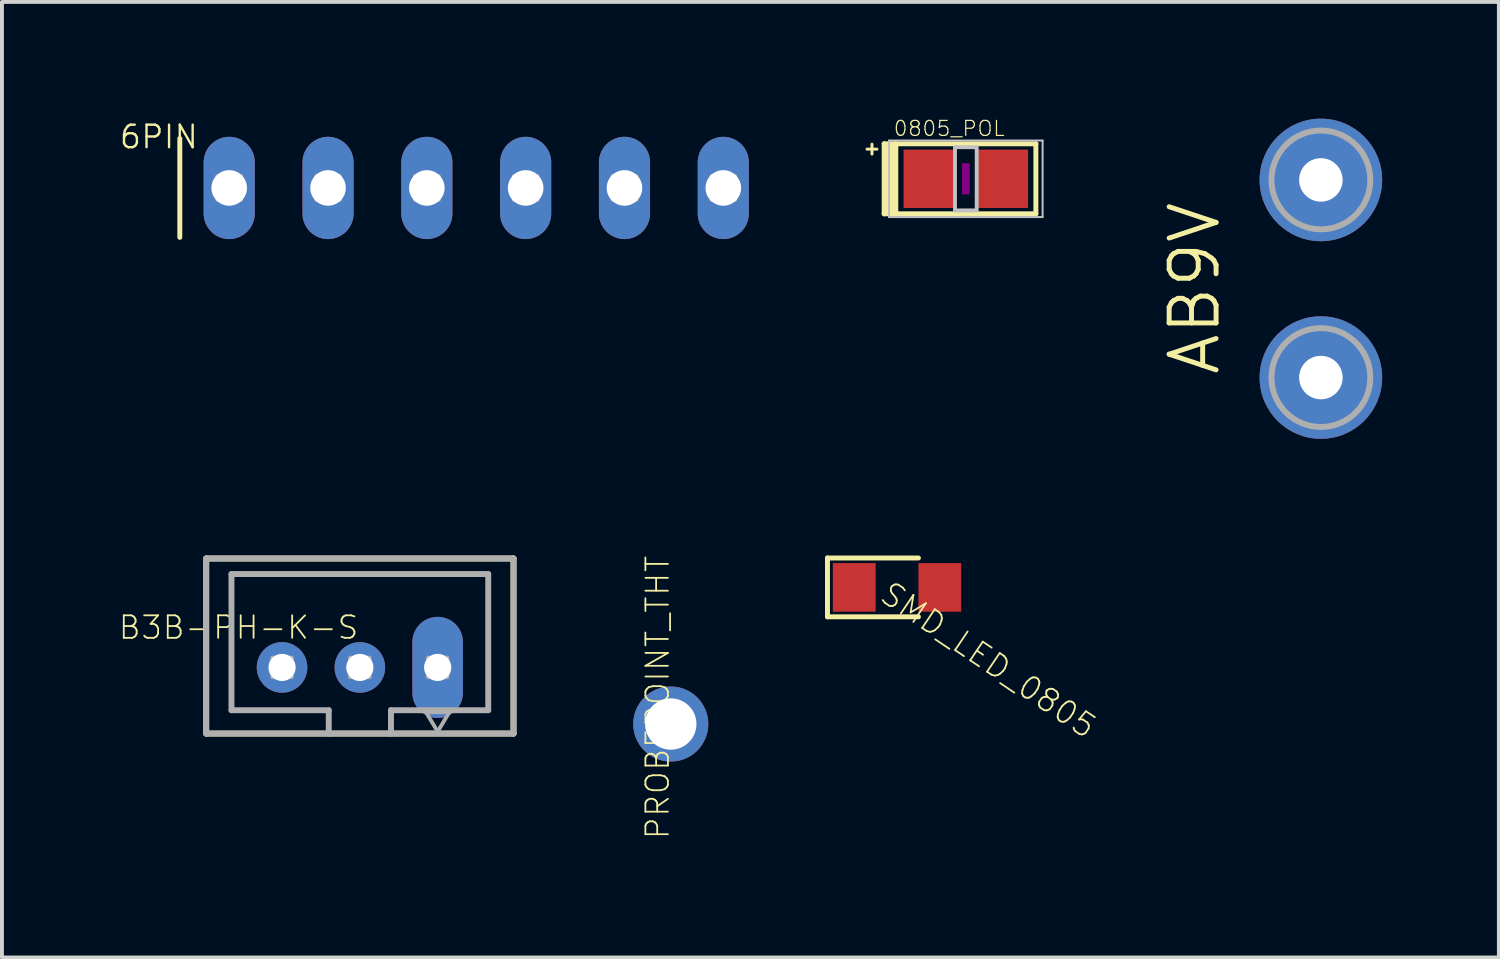
<source format=kicad_pcb>
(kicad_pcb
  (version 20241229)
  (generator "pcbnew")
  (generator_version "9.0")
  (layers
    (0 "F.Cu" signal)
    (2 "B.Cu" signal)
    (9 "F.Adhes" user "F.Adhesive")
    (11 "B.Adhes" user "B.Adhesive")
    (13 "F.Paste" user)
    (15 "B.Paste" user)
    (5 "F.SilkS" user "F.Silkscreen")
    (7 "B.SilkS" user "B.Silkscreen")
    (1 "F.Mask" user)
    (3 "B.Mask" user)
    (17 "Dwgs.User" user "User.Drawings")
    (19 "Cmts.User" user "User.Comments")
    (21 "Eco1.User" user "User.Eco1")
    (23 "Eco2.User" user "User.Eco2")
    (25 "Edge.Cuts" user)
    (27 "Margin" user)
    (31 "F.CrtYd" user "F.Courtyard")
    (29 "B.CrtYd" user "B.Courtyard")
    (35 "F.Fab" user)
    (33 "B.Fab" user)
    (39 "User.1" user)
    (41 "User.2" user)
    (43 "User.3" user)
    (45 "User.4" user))
  (footprint "AB9V"
    (layer "F.Cu")
    (at 30.903 4.115)
    (property "Reference" "AB9V" (at -2.54 2.54 90) (layer "F.SilkS") (effects (font (size 1.206 1.206) (thickness 0.127)) (justify left bottom)))
    (attr through_hole)
    (fp_circle (center 0 -2.54) (end 1.27 -2.54) (stroke (width 0.152) (type solid)) (fill no) (layer "F.Fab"))
    (fp_circle (center 0 2.54) (end 1.27 2.54) (stroke (width 0.152) (type solid)) (fill no) (layer "F.Fab"))
    (pad "+" thru_hole circle (at 0 -2.54) (size 3.15 3.15) (drill 1.118) (layers "*.Cu" "*.Mask"))
    (pad "-" thru_hole circle (at 0 2.54) (size 3.15 3.15) (drill 1.118) (layers "*.Cu" "*.Mask")))
  (footprint "SMD_LED_0805"
    (layer "F.Cu")
    (at 20.008 12.049)
    (property "Reference" "SMD_LED_0805" (at -0.54 0.33 146) (layer "F.SilkS") (effects (font (size 0.579 0.579) (thickness 0.046)) (justify left bottom)))
    (attr through_hole)
    (fp_line (start -1.788 -0.756) (end -1.788 0.756) (stroke (width 0.127) (type solid)) (layer "F.SilkS"))
    (fp_line (start -1.788 -0.756) (end 0.55 -0.756) (stroke (width 0.127) (type solid)) (layer "F.SilkS"))
    (fp_line (start -1.788 0.756) (end 0.55 0.756) (stroke (width 0.127) (type solid)) (layer "F.SilkS"))
    (pad "P$1" smd rect (at -1.1 0) (size 1.1 1.25) (layers "F.Cu" "F.Mask" "F.Paste"))
    (pad "P$2" smd rect (at 1.1 0) (size 1.1 1.25) (layers "F.Cu" "F.Mask" "F.Paste")))
  (footprint "0805_POL"
    (layer "F.Cu")
    (at 21.777 1.546)
    (property "Reference" "0805_POL" (at -1.88 -1.067 0) (layer "F.SilkS") (effects (font (size 0.386 0.386) (thickness 0.031)) (justify left bottom)))
    (attr through_hole)
    (fp_line (start -2.54 -0.762) (end -2.286 -0.762) (stroke (width 0.076) (type solid)) (layer "F.SilkS"))
    (fp_line (start -2.413 -0.889) (end -2.413 -0.635) (stroke (width 0.076) (type solid)) (layer "F.SilkS"))
    (fp_line (start -2.1 -0.9) (end -2.1 0.9) (stroke (width 0.127) (type solid)) (layer "F.SilkS"))
    (fp_line (start -2.1 0.9) (end -1.8 0.9) (stroke (width 0.127) (type solid)) (layer "F.SilkS"))
    (fp_line (start -1.8 -0.9) (end -2.1 -0.9) (stroke (width 0.127) (type solid)) (layer "F.SilkS"))
    (fp_line (start -1.8 -0.9) (end -1.8 0.9) (stroke (width 0.127) (type solid)) (layer "F.SilkS"))
    (fp_line (start -1.8 0.9) (end 1.8 0.9) (stroke (width 0.127) (type solid)) (layer "F.SilkS"))
    (fp_line (start 1.8 -0.9) (end -1.8 -0.9) (stroke (width 0.127) (type solid)) (layer "F.SilkS"))
    (fp_line (start 1.8 0.9) (end 1.8 -0.9) (stroke (width 0.127) (type solid)) (layer "F.SilkS"))
    (fp_poly (pts (xy -2.1 0.9) (xy -1.8 0.9) (xy -1.8 -0.9) (xy -2.1 -0.9)) (stroke (width 0) (type solid)) (fill yes) (layer "F.SilkS"))
    (fp_poly (pts (xy -0.1 0.4) (xy 0.1 0.4) (xy 0.1 -0.4) (xy -0.1 -0.4)) (stroke (width 0) (type solid)) (fill yes) (layer "F.Adhes"))
    (fp_line (start -1.973 -0.983) (end 1.973 -0.983) (stroke (width 0.051) (type solid)) (layer "Dwgs.User"))
    (fp_line (start -1.973 0.983) (end -1.973 -0.983) (stroke (width 0.051) (type solid)) (layer "Dwgs.User"))
    (fp_line (start 1.973 -0.983) (end 1.973 0.983) (stroke (width 0.051) (type solid)) (layer "Dwgs.User"))
    (fp_line (start 1.973 0.983) (end -1.973 0.983) (stroke (width 0.051) (type solid)) (layer "Dwgs.User"))
    (fp_poly (pts (xy -0.279 0.813) (xy 0.279 0.813) (xy 0.279 -0.813) (xy -0.279 -0.813)) (stroke (width 0.1) (type solid)) (fill no) (layer "Dwgs.User"))
    (pad "1" smd rect (at -0.95 0) (size 1.3 1.5) (layers "F.Cu" "F.Mask" "F.Paste"))
    (pad "2" smd rect (at 0.95 0) (size 1.3 1.5) (layers "F.Cu" "F.Mask" "F.Paste")))
  (footprint "6PIN"
    (layer "F.Cu")
    (at 5.382 1.781)
    (property "Reference" "6PIN" (at -3.302 -1.651 0) (layer "F.SilkS") (effects (font (size 0.579 0.579) (thickness 0.061)) (justify right top)))
    (attr through_hole)
    (fp_line (start -3.81 -1.27) (end -3.81 1.27) (stroke (width 0.127) (type solid)) (layer "F.SilkS"))
    (fp_poly (pts (xy -2.845 0.305) (xy -2.235 0.305) (xy -2.235 -0.305) (xy -2.845 -0.305)) (stroke (width 0.1) (type solid)) (fill no) (layer "F.Fab"))
    (fp_poly (pts (xy -0.305 0.305) (xy 0.305 0.305) (xy 0.305 -0.305) (xy -0.305 -0.305)) (stroke (width 0.1) (type solid)) (fill no) (layer "F.Fab"))
    (fp_poly (pts (xy 2.235 0.305) (xy 2.845 0.305) (xy 2.845 -0.305) (xy 2.235 -0.305)) (stroke (width 0.1) (type solid)) (fill no) (layer "F.Fab"))
    (fp_poly (pts (xy 4.775 0.305) (xy 5.385 0.305) (xy 5.385 -0.305) (xy 4.775 -0.305)) (stroke (width 0.1) (type solid)) (fill no) (layer "F.Fab"))
    (fp_poly (pts (xy 7.315 0.305) (xy 7.925 0.305) (xy 7.925 -0.305) (xy 7.315 -0.305)) (stroke (width 0.1) (type solid)) (fill no) (layer "F.Fab"))
    (fp_poly (pts (xy 9.855 0.305) (xy 10.465 0.305) (xy 10.465 -0.305) (xy 9.855 -0.305)) (stroke (width 0.1) (type solid)) (fill no) (layer "F.Fab"))
    (pad "1" thru_hole oval (at -2.54 0 90) (size 2.629 1.314) (drill 0.914) (layers "*.Cu" "*.Mask"))
    (pad "2" thru_hole oval (at 0 0 90) (size 2.629 1.314) (drill 0.914) (layers "*.Cu" "*.Mask"))
    (pad "3" thru_hole oval (at 2.54 0 90) (size 2.629 1.314) (drill 0.914) (layers "*.Cu" "*.Mask"))
    (pad "4" thru_hole oval (at 5.08 0 90) (size 2.629 1.314) (drill 0.914) (layers "*.Cu" "*.Mask"))
    (pad "5" thru_hole oval (at 7.62 0 90) (size 2.629 1.314) (drill 0.914) (layers "*.Cu" "*.Mask"))
    (pad "6" thru_hole oval (at 10.16 0 90) (size 2.629 1.314) (drill 0.914) (layers "*.Cu" "*.Mask")))
  (footprint "B3B-PH-K-S"
    (layer "F.Cu")
    (at 6.2 14.106)
    (property "Reference" "B3B-PH-K-S" (at 0 -1.365 0) (layer "F.SilkS") (effects (font (size 0.579 0.579) (thickness 0.046)) (justify right top)))
    (attr through_hole)
    (fp_line (start -3.95 -2.8) (end 3.95 -2.8) (stroke (width 0.152) (type solid)) (layer "F.SilkS"))
    (fp_line (start -3.95 1.7) (end -3.95 -2.8) (stroke (width 0.152) (type solid)) (layer "F.SilkS"))
    (fp_line (start 3.95 -2.8) (end 3.95 1.7) (stroke (width 0.152) (type solid)) (layer "F.SilkS"))
    (fp_line (start 3.95 1.7) (end -3.95 1.7) (stroke (width 0.152) (type solid)) (layer "F.SilkS"))
    (fp_line (start -3.95 -2.8) (end 3.95 -2.8) (stroke (width 0.152) (type solid)) (layer "F.Fab"))
    (fp_line (start -3.95 1.7) (end -3.95 -2.8) (stroke (width 0.152) (type solid)) (layer "F.Fab"))
    (fp_line (start -3.3 -2.4) (end -3.3 1.1) (stroke (width 0.152) (type solid)) (layer "F.Fab"))
    (fp_line (start -3.3 -2.4) (end 3.3 -2.4) (stroke (width 0.152) (type solid)) (layer "F.Fab"))
    (fp_line (start -3.3 1.1) (end -0.8 1.1) (stroke (width 0.152) (type solid)) (layer "F.Fab"))
    (fp_line (start -0.8 1.1) (end -0.8 1.7) (stroke (width 0.152) (type solid)) (layer "F.Fab"))
    (fp_line (start -0.8 1.7) (end -3.95 1.7) (stroke (width 0.152) (type solid)) (layer "F.Fab"))
    (fp_line (start 0.8 1.1) (end 0.8 1.7) (stroke (width 0.152) (type solid)) (layer "F.Fab"))
    (fp_line (start 0.8 1.1) (end 3.3 1.1) (stroke (width 0.152) (type solid)) (layer "F.Fab"))
    (fp_line (start 0.8 1.7) (end -0.8 1.7) (stroke (width 0.152) (type solid)) (layer "F.Fab"))
    (fp_line (start 3.3 -2.4) (end 3.3 1.1) (stroke (width 0.152) (type solid)) (layer "F.Fab"))
    (fp_line (start 3.95 -2.8) (end 3.95 1.7) (stroke (width 0.152) (type solid)) (layer "F.Fab"))
    (fp_line (start 3.95 1.7) (end 0.8 1.7) (stroke (width 0.152) (type solid)) (layer "F.Fab"))
    (fp_poly (pts (xy 2 1.65) (xy 1.7 1.15) (xy 2.3 1.15)) (stroke (width 0.1) (type solid)) (fill no) (layer "F.Fab"))
    (fp_poly (pts (xy -2.25 0.25) (xy -1.75 0.25) (xy -1.75 -0.25) (xy -2.25 -0.25)) (stroke (width 0.1) (type solid)) (fill no) (layer "F.Fab"))
    (fp_poly (pts (xy -0.25 0.25) (xy 0.25 0.25) (xy 0.25 -0.25) (xy -0.25 -0.25)) (stroke (width 0.1) (type solid)) (fill no) (layer "F.Fab"))
    (fp_poly (pts (xy 1.75 0.25) (xy 2.25 0.25) (xy 2.25 -0.25) (xy 1.75 -0.25)) (stroke (width 0.1) (type solid)) (fill no) (layer "F.Fab"))
    (pad "1" thru_hole oval (at 2 0 90) (size 2.6 1.3) (drill 0.7) (layers "*.Cu" "*.Mask"))
    (pad "2" thru_hole circle (at 0 0) (size 1.3 1.3) (drill 0.7) (layers "*.Cu" "*.Mask"))
    (pad "3" thru_hole circle (at -2 0 90) (size 1.3 1.3) (drill 0.7) (layers "*.Cu" "*.Mask")))
  (footprint "PROBEPOINT_THT"
    (layer "F.Cu")
    (at 14.192 15.561)
    (property "Reference" "PROBEPOINT_THT" (at 0 3 270) (layer "F.SilkS") (effects (font (size 0.579 0.579) (thickness 0.046)) (justify left bottom)))
    (attr through_hole)
    (pad "P$1" thru_hole circle (at 0 0) (size 1.93 1.93) (drill 1.32) (layers "*.Cu" "*.Mask")))
  (gr_rect
    (start -3 -3)
    (end 35.478 21.561)
    (stroke (width 0.1) (type default))
    (fill no)
    (layer "Edge.Cuts")))
</source>
